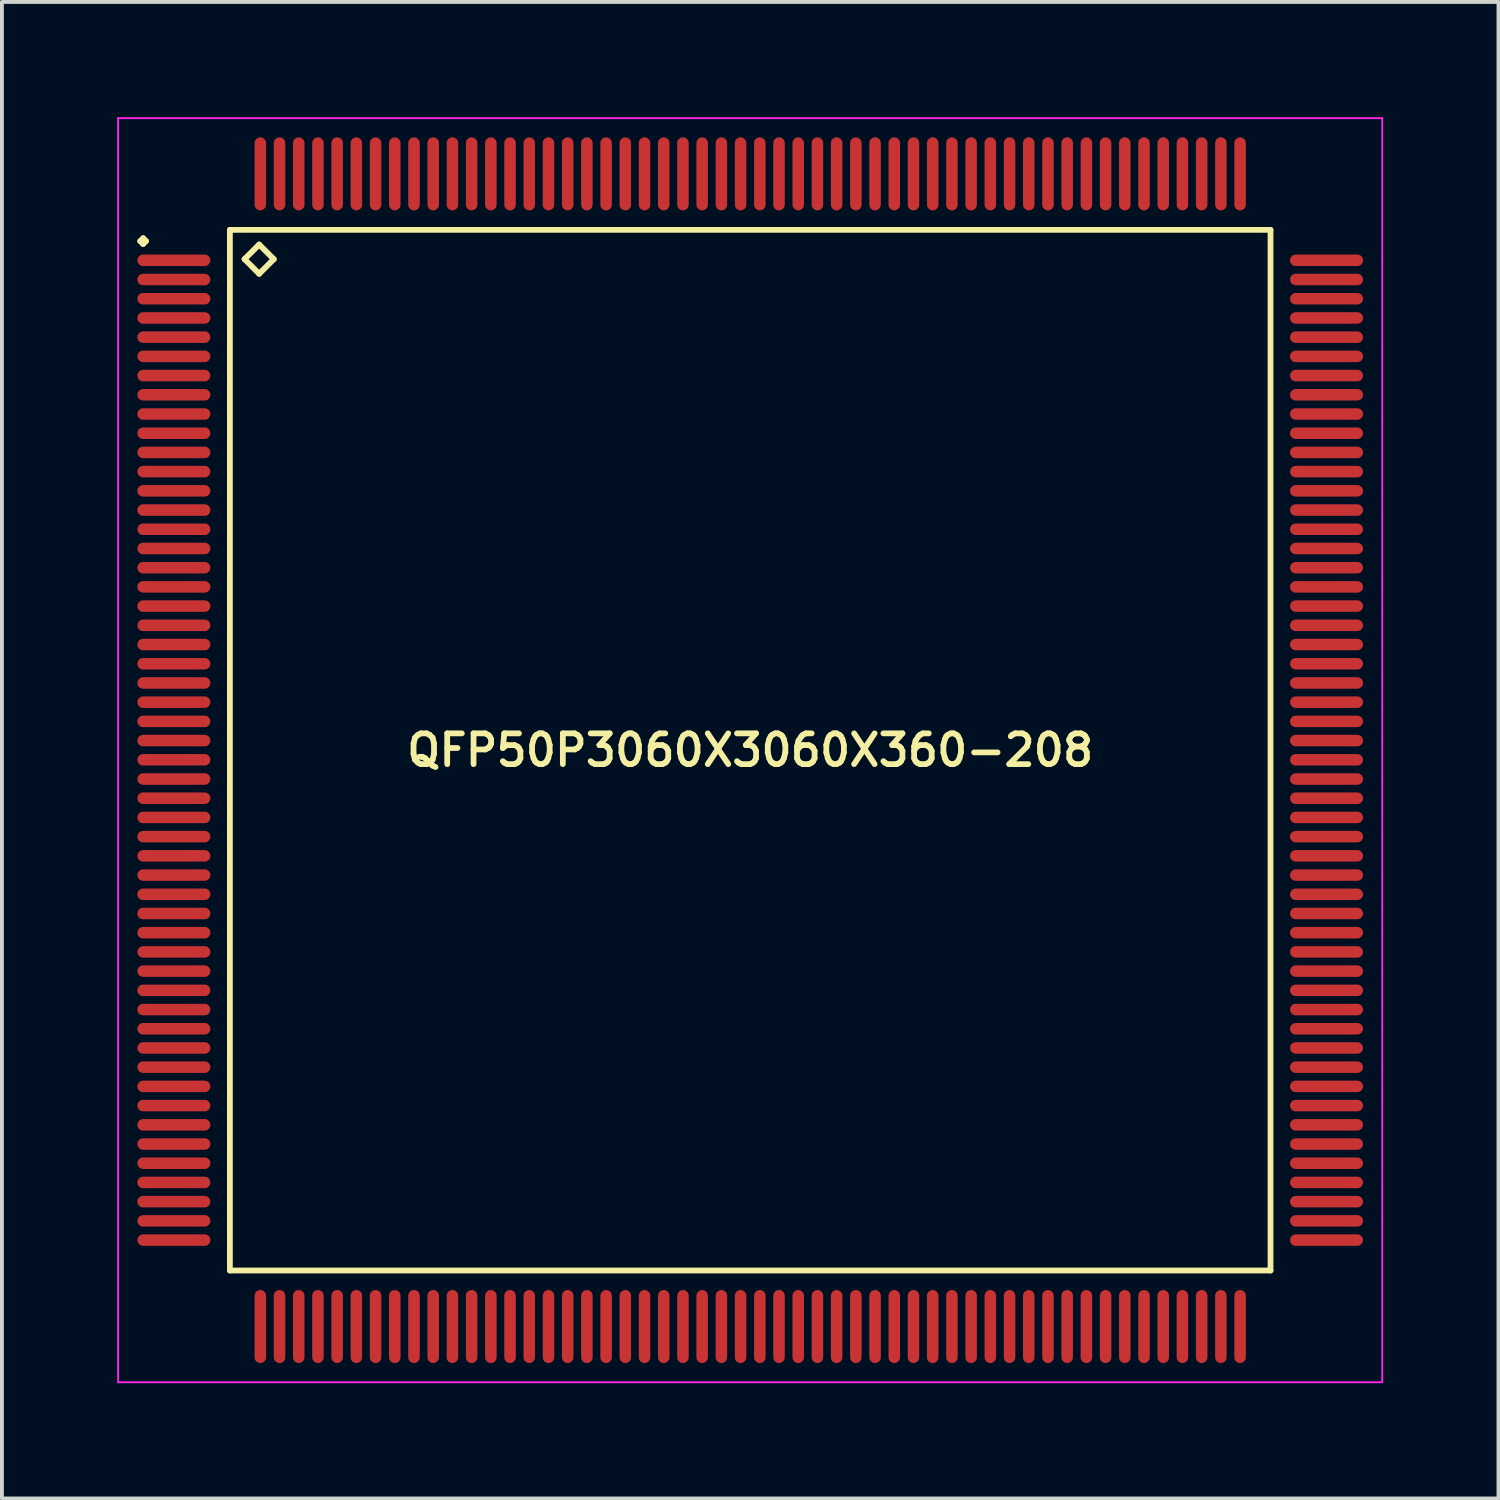
<source format=kicad_pcb>
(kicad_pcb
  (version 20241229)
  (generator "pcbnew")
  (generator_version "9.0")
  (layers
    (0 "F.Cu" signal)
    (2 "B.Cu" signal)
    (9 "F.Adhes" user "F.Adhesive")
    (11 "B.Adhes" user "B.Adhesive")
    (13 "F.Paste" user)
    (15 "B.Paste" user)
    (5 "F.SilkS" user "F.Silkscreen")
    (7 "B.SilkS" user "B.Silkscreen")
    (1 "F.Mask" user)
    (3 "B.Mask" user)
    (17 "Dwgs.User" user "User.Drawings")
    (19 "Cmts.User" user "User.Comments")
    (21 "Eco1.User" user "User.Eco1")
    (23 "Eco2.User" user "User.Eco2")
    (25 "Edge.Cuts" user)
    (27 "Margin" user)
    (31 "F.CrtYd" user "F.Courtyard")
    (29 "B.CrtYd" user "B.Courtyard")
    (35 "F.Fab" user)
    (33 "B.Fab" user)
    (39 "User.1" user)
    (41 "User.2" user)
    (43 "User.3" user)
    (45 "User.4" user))
  (footprint "QFP50P3060X3060X360-208"
    (layer "F.Cu")
    (at 16.475 16.475)
    (property "Reference" "QFP50P3060X3060X360-208" (at 0 0 0) (layer "F.SilkS") (effects (font (size 0.8 0.8) (thickness 0.15))))
    (attr smd)
    (fp_line (start -15.875 -13.25) (end -15.8 -13.325) (stroke (width 0.15) (type solid)) (layer "F.SilkS"))
    (fp_line (start -15.8 -13.325) (end -15.725 -13.25) (stroke (width 0.15) (type solid)) (layer "F.SilkS"))
    (fp_line (start -15.8 -13.175) (end -15.875 -13.25) (stroke (width 0.15) (type solid)) (layer "F.SilkS"))
    (fp_line (start -15.725 -13.25) (end -15.8 -13.175) (stroke (width 0.15) (type solid)) (layer "F.SilkS"))
    (fp_line (start -13.542 -13.542) (end -13.542 13.542) (stroke (width 0.15) (type solid)) (layer "F.SilkS"))
    (fp_line (start -13.542 13.542) (end 13.542 13.542) (stroke (width 0.15) (type solid)) (layer "F.SilkS"))
    (fp_line (start -13.161 -12.78) (end -12.78 -13.161) (stroke (width 0.15) (type solid)) (layer "F.SilkS"))
    (fp_line (start -12.78 -13.161) (end -12.399 -12.78) (stroke (width 0.15) (type solid)) (layer "F.SilkS"))
    (fp_line (start -12.78 -12.399) (end -13.161 -12.78) (stroke (width 0.15) (type solid)) (layer "F.SilkS"))
    (fp_line (start -12.399 -12.78) (end -12.78 -12.399) (stroke (width 0.15) (type solid)) (layer "F.SilkS"))
    (fp_line (start 13.542 -13.542) (end -13.542 -13.542) (stroke (width 0.15) (type solid)) (layer "F.SilkS"))
    (fp_line (start 13.542 13.542) (end 13.542 -13.542) (stroke (width 0.15) (type solid)) (layer "F.SilkS"))
    (fp_line (start -16.45 -16.45) (end 16.45 -16.45) (stroke (width 0.05) (type solid)) (layer "F.CrtYd"))
    (fp_line (start -16.45 16.45) (end -16.45 -16.45) (stroke (width 0.05) (type solid)) (layer "F.CrtYd"))
    (fp_line (start 16.45 -16.45) (end 16.45 16.45) (stroke (width 0.05) (type solid)) (layer "F.CrtYd"))
    (fp_line (start 16.45 16.45) (end -16.45 16.45) (stroke (width 0.05) (type solid)) (layer "F.CrtYd"))
    (pad "1" smd oval (at -15 -12.75) (size 1.9 0.3) (layers "F.Cu" "F.Mask" "F.Paste"))
    (pad "2" smd oval (at -15 -12.25) (size 1.9 0.3) (layers "F.Cu" "F.Mask" "F.Paste"))
    (pad "3" smd oval (at -15 -11.75) (size 1.9 0.3) (layers "F.Cu" "F.Mask" "F.Paste"))
    (pad "4" smd oval (at -15 -11.25) (size 1.9 0.3) (layers "F.Cu" "F.Mask" "F.Paste"))
    (pad "5" smd oval (at -15 -10.75) (size 1.9 0.3) (layers "F.Cu" "F.Mask" "F.Paste"))
    (pad "6" smd oval (at -15 -10.25) (size 1.9 0.3) (layers "F.Cu" "F.Mask" "F.Paste"))
    (pad "7" smd oval (at -15 -9.75) (size 1.9 0.3) (layers "F.Cu" "F.Mask" "F.Paste"))
    (pad "8" smd oval (at -15 -9.25) (size 1.9 0.3) (layers "F.Cu" "F.Mask" "F.Paste"))
    (pad "9" smd oval (at -15 -8.75) (size 1.9 0.3) (layers "F.Cu" "F.Mask" "F.Paste"))
    (pad "10" smd oval (at -15 -8.25) (size 1.9 0.3) (layers "F.Cu" "F.Mask" "F.Paste"))
    (pad "11" smd oval (at -15 -7.75) (size 1.9 0.3) (layers "F.Cu" "F.Mask" "F.Paste"))
    (pad "12" smd oval (at -15 -7.25) (size 1.9 0.3) (layers "F.Cu" "F.Mask" "F.Paste"))
    (pad "13" smd oval (at -15 -6.75) (size 1.9 0.3) (layers "F.Cu" "F.Mask" "F.Paste"))
    (pad "14" smd oval (at -15 -6.25) (size 1.9 0.3) (layers "F.Cu" "F.Mask" "F.Paste"))
    (pad "15" smd oval (at -15 -5.75) (size 1.9 0.3) (layers "F.Cu" "F.Mask" "F.Paste"))
    (pad "16" smd oval (at -15 -5.25) (size 1.9 0.3) (layers "F.Cu" "F.Mask" "F.Paste"))
    (pad "17" smd oval (at -15 -4.75) (size 1.9 0.3) (layers "F.Cu" "F.Mask" "F.Paste"))
    (pad "18" smd oval (at -15 -4.25) (size 1.9 0.3) (layers "F.Cu" "F.Mask" "F.Paste"))
    (pad "19" smd oval (at -15 -3.75) (size 1.9 0.3) (layers "F.Cu" "F.Mask" "F.Paste"))
    (pad "20" smd oval (at -15 -3.25) (size 1.9 0.3) (layers "F.Cu" "F.Mask" "F.Paste"))
    (pad "21" smd oval (at -15 -2.75) (size 1.9 0.3) (layers "F.Cu" "F.Mask" "F.Paste"))
    (pad "22" smd oval (at -15 -2.25) (size 1.9 0.3) (layers "F.Cu" "F.Mask" "F.Paste"))
    (pad "23" smd oval (at -15 -1.75) (size 1.9 0.3) (layers "F.Cu" "F.Mask" "F.Paste"))
    (pad "24" smd oval (at -15 -1.25) (size 1.9 0.3) (layers "F.Cu" "F.Mask" "F.Paste"))
    (pad "25" smd oval (at -15 -0.75) (size 1.9 0.3) (layers "F.Cu" "F.Mask" "F.Paste"))
    (pad "26" smd oval (at -15 -0.25) (size 1.9 0.3) (layers "F.Cu" "F.Mask" "F.Paste"))
    (pad "27" smd oval (at -15 0.25) (size 1.9 0.3) (layers "F.Cu" "F.Mask" "F.Paste"))
    (pad "28" smd oval (at -15 0.75) (size 1.9 0.3) (layers "F.Cu" "F.Mask" "F.Paste"))
    (pad "29" smd oval (at -15 1.25) (size 1.9 0.3) (layers "F.Cu" "F.Mask" "F.Paste"))
    (pad "30" smd oval (at -15 1.75) (size 1.9 0.3) (layers "F.Cu" "F.Mask" "F.Paste"))
    (pad "31" smd oval (at -15 2.25) (size 1.9 0.3) (layers "F.Cu" "F.Mask" "F.Paste"))
    (pad "32" smd oval (at -15 2.75) (size 1.9 0.3) (layers "F.Cu" "F.Mask" "F.Paste"))
    (pad "33" smd oval (at -15 3.25) (size 1.9 0.3) (layers "F.Cu" "F.Mask" "F.Paste"))
    (pad "34" smd oval (at -15 3.75) (size 1.9 0.3) (layers "F.Cu" "F.Mask" "F.Paste"))
    (pad "35" smd oval (at -15 4.25) (size 1.9 0.3) (layers "F.Cu" "F.Mask" "F.Paste"))
    (pad "36" smd oval (at -15 4.75) (size 1.9 0.3) (layers "F.Cu" "F.Mask" "F.Paste"))
    (pad "37" smd oval (at -15 5.25) (size 1.9 0.3) (layers "F.Cu" "F.Mask" "F.Paste"))
    (pad "38" smd oval (at -15 5.75) (size 1.9 0.3) (layers "F.Cu" "F.Mask" "F.Paste"))
    (pad "39" smd oval (at -15 6.25) (size 1.9 0.3) (layers "F.Cu" "F.Mask" "F.Paste"))
    (pad "40" smd oval (at -15 6.75) (size 1.9 0.3) (layers "F.Cu" "F.Mask" "F.Paste"))
    (pad "41" smd oval (at -15 7.25) (size 1.9 0.3) (layers "F.Cu" "F.Mask" "F.Paste"))
    (pad "42" smd oval (at -15 7.75) (size 1.9 0.3) (layers "F.Cu" "F.Mask" "F.Paste"))
    (pad "43" smd oval (at -15 8.25) (size 1.9 0.3) (layers "F.Cu" "F.Mask" "F.Paste"))
    (pad "44" smd oval (at -15 8.75) (size 1.9 0.3) (layers "F.Cu" "F.Mask" "F.Paste"))
    (pad "45" smd oval (at -15 9.25) (size 1.9 0.3) (layers "F.Cu" "F.Mask" "F.Paste"))
    (pad "46" smd oval (at -15 9.75) (size 1.9 0.3) (layers "F.Cu" "F.Mask" "F.Paste"))
    (pad "47" smd oval (at -15 10.25) (size 1.9 0.3) (layers "F.Cu" "F.Mask" "F.Paste"))
    (pad "48" smd oval (at -15 10.75) (size 1.9 0.3) (layers "F.Cu" "F.Mask" "F.Paste"))
    (pad "49" smd oval (at -15 11.25) (size 1.9 0.3) (layers "F.Cu" "F.Mask" "F.Paste"))
    (pad "50" smd oval (at -15 11.75) (size 1.9 0.3) (layers "F.Cu" "F.Mask" "F.Paste"))
    (pad "51" smd oval (at -15 12.25) (size 1.9 0.3) (layers "F.Cu" "F.Mask" "F.Paste"))
    (pad "52" smd oval (at -15 12.75) (size 1.9 0.3) (layers "F.Cu" "F.Mask" "F.Paste"))
    (pad "53" smd oval (at -12.75 15) (size 0.3 1.9) (layers "F.Cu" "F.Mask" "F.Paste"))
    (pad "54" smd oval (at -12.25 15) (size 0.3 1.9) (layers "F.Cu" "F.Mask" "F.Paste"))
    (pad "55" smd oval (at -11.75 15) (size 0.3 1.9) (layers "F.Cu" "F.Mask" "F.Paste"))
    (pad "56" smd oval (at -11.25 15) (size 0.3 1.9) (layers "F.Cu" "F.Mask" "F.Paste"))
    (pad "57" smd oval (at -10.75 15) (size 0.3 1.9) (layers "F.Cu" "F.Mask" "F.Paste"))
    (pad "58" smd oval (at -10.25 15) (size 0.3 1.9) (layers "F.Cu" "F.Mask" "F.Paste"))
    (pad "59" smd oval (at -9.75 15) (size 0.3 1.9) (layers "F.Cu" "F.Mask" "F.Paste"))
    (pad "60" smd oval (at -9.25 15) (size 0.3 1.9) (layers "F.Cu" "F.Mask" "F.Paste"))
    (pad "61" smd oval (at -8.75 15) (size 0.3 1.9) (layers "F.Cu" "F.Mask" "F.Paste"))
    (pad "62" smd oval (at -8.25 15) (size 0.3 1.9) (layers "F.Cu" "F.Mask" "F.Paste"))
    (pad "63" smd oval (at -7.75 15) (size 0.3 1.9) (layers "F.Cu" "F.Mask" "F.Paste"))
    (pad "64" smd oval (at -7.25 15) (size 0.3 1.9) (layers "F.Cu" "F.Mask" "F.Paste"))
    (pad "65" smd oval (at -6.75 15) (size 0.3 1.9) (layers "F.Cu" "F.Mask" "F.Paste"))
    (pad "66" smd oval (at -6.25 15) (size 0.3 1.9) (layers "F.Cu" "F.Mask" "F.Paste"))
    (pad "67" smd oval (at -5.75 15) (size 0.3 1.9) (layers "F.Cu" "F.Mask" "F.Paste"))
    (pad "68" smd oval (at -5.25 15) (size 0.3 1.9) (layers "F.Cu" "F.Mask" "F.Paste"))
    (pad "69" smd oval (at -4.75 15) (size 0.3 1.9) (layers "F.Cu" "F.Mask" "F.Paste"))
    (pad "70" smd oval (at -4.25 15) (size 0.3 1.9) (layers "F.Cu" "F.Mask" "F.Paste"))
    (pad "71" smd oval (at -3.75 15) (size 0.3 1.9) (layers "F.Cu" "F.Mask" "F.Paste"))
    (pad "72" smd oval (at -3.25 15) (size 0.3 1.9) (layers "F.Cu" "F.Mask" "F.Paste"))
    (pad "73" smd oval (at -2.75 15) (size 0.3 1.9) (layers "F.Cu" "F.Mask" "F.Paste"))
    (pad "74" smd oval (at -2.25 15) (size 0.3 1.9) (layers "F.Cu" "F.Mask" "F.Paste"))
    (pad "75" smd oval (at -1.75 15) (size 0.3 1.9) (layers "F.Cu" "F.Mask" "F.Paste"))
    (pad "76" smd oval (at -1.25 15) (size 0.3 1.9) (layers "F.Cu" "F.Mask" "F.Paste"))
    (pad "77" smd oval (at -0.75 15) (size 0.3 1.9) (layers "F.Cu" "F.Mask" "F.Paste"))
    (pad "78" smd oval (at -0.25 15) (size 0.3 1.9) (layers "F.Cu" "F.Mask" "F.Paste"))
    (pad "79" smd oval (at 0.25 15) (size 0.3 1.9) (layers "F.Cu" "F.Mask" "F.Paste"))
    (pad "80" smd oval (at 0.75 15) (size 0.3 1.9) (layers "F.Cu" "F.Mask" "F.Paste"))
    (pad "81" smd oval (at 1.25 15) (size 0.3 1.9) (layers "F.Cu" "F.Mask" "F.Paste"))
    (pad "82" smd oval (at 1.75 15) (size 0.3 1.9) (layers "F.Cu" "F.Mask" "F.Paste"))
    (pad "83" smd oval (at 2.25 15) (size 0.3 1.9) (layers "F.Cu" "F.Mask" "F.Paste"))
    (pad "84" smd oval (at 2.75 15) (size 0.3 1.9) (layers "F.Cu" "F.Mask" "F.Paste"))
    (pad "85" smd oval (at 3.25 15) (size 0.3 1.9) (layers "F.Cu" "F.Mask" "F.Paste"))
    (pad "86" smd oval (at 3.75 15) (size 0.3 1.9) (layers "F.Cu" "F.Mask" "F.Paste"))
    (pad "87" smd oval (at 4.25 15) (size 0.3 1.9) (layers "F.Cu" "F.Mask" "F.Paste"))
    (pad "88" smd oval (at 4.75 15) (size 0.3 1.9) (layers "F.Cu" "F.Mask" "F.Paste"))
    (pad "89" smd oval (at 5.25 15) (size 0.3 1.9) (layers "F.Cu" "F.Mask" "F.Paste"))
    (pad "90" smd oval (at 5.75 15) (size 0.3 1.9) (layers "F.Cu" "F.Mask" "F.Paste"))
    (pad "91" smd oval (at 6.25 15) (size 0.3 1.9) (layers "F.Cu" "F.Mask" "F.Paste"))
    (pad "92" smd oval (at 6.75 15) (size 0.3 1.9) (layers "F.Cu" "F.Mask" "F.Paste"))
    (pad "93" smd oval (at 7.25 15) (size 0.3 1.9) (layers "F.Cu" "F.Mask" "F.Paste"))
    (pad "94" smd oval (at 7.75 15) (size 0.3 1.9) (layers "F.Cu" "F.Mask" "F.Paste"))
    (pad "95" smd oval (at 8.25 15) (size 0.3 1.9) (layers "F.Cu" "F.Mask" "F.Paste"))
    (pad "96" smd oval (at 8.75 15) (size 0.3 1.9) (layers "F.Cu" "F.Mask" "F.Paste"))
    (pad "97" smd oval (at 9.25 15) (size 0.3 1.9) (layers "F.Cu" "F.Mask" "F.Paste"))
    (pad "98" smd oval (at 9.75 15) (size 0.3 1.9) (layers "F.Cu" "F.Mask" "F.Paste"))
    (pad "99" smd oval (at 10.25 15) (size 0.3 1.9) (layers "F.Cu" "F.Mask" "F.Paste"))
    (pad "100" smd oval (at 10.75 15) (size 0.3 1.9) (layers "F.Cu" "F.Mask" "F.Paste"))
    (pad "101" smd oval (at 11.25 15) (size 0.3 1.9) (layers "F.Cu" "F.Mask" "F.Paste"))
    (pad "102" smd oval (at 11.75 15) (size 0.3 1.9) (layers "F.Cu" "F.Mask" "F.Paste"))
    (pad "103" smd oval (at 12.25 15) (size 0.3 1.9) (layers "F.Cu" "F.Mask" "F.Paste"))
    (pad "104" smd oval (at 12.75 15) (size 0.3 1.9) (layers "F.Cu" "F.Mask" "F.Paste"))
    (pad "105" smd oval (at 15 12.75) (size 1.9 0.3) (layers "F.Cu" "F.Mask" "F.Paste"))
    (pad "106" smd oval (at 15 12.25) (size 1.9 0.3) (layers "F.Cu" "F.Mask" "F.Paste"))
    (pad "107" smd oval (at 15 11.75) (size 1.9 0.3) (layers "F.Cu" "F.Mask" "F.Paste"))
    (pad "108" smd oval (at 15 11.25) (size 1.9 0.3) (layers "F.Cu" "F.Mask" "F.Paste"))
    (pad "109" smd oval (at 15 10.75) (size 1.9 0.3) (layers "F.Cu" "F.Mask" "F.Paste"))
    (pad "110" smd oval (at 15 10.25) (size 1.9 0.3) (layers "F.Cu" "F.Mask" "F.Paste"))
    (pad "111" smd oval (at 15 9.75) (size 1.9 0.3) (layers "F.Cu" "F.Mask" "F.Paste"))
    (pad "112" smd oval (at 15 9.25) (size 1.9 0.3) (layers "F.Cu" "F.Mask" "F.Paste"))
    (pad "113" smd oval (at 15 8.75) (size 1.9 0.3) (layers "F.Cu" "F.Mask" "F.Paste"))
    (pad "114" smd oval (at 15 8.25) (size 1.9 0.3) (layers "F.Cu" "F.Mask" "F.Paste"))
    (pad "115" smd oval (at 15 7.75) (size 1.9 0.3) (layers "F.Cu" "F.Mask" "F.Paste"))
    (pad "116" smd oval (at 15 7.25) (size 1.9 0.3) (layers "F.Cu" "F.Mask" "F.Paste"))
    (pad "117" smd oval (at 15 6.75) (size 1.9 0.3) (layers "F.Cu" "F.Mask" "F.Paste"))
    (pad "118" smd oval (at 15 6.25) (size 1.9 0.3) (layers "F.Cu" "F.Mask" "F.Paste"))
    (pad "119" smd oval (at 15 5.75) (size 1.9 0.3) (layers "F.Cu" "F.Mask" "F.Paste"))
    (pad "120" smd oval (at 15 5.25) (size 1.9 0.3) (layers "F.Cu" "F.Mask" "F.Paste"))
    (pad "121" smd oval (at 15 4.75) (size 1.9 0.3) (layers "F.Cu" "F.Mask" "F.Paste"))
    (pad "122" smd oval (at 15 4.25) (size 1.9 0.3) (layers "F.Cu" "F.Mask" "F.Paste"))
    (pad "123" smd oval (at 15 3.75) (size 1.9 0.3) (layers "F.Cu" "F.Mask" "F.Paste"))
    (pad "124" smd oval (at 15 3.25) (size 1.9 0.3) (layers "F.Cu" "F.Mask" "F.Paste"))
    (pad "125" smd oval (at 15 2.75) (size 1.9 0.3) (layers "F.Cu" "F.Mask" "F.Paste"))
    (pad "126" smd oval (at 15 2.25) (size 1.9 0.3) (layers "F.Cu" "F.Mask" "F.Paste"))
    (pad "127" smd oval (at 15 1.75) (size 1.9 0.3) (layers "F.Cu" "F.Mask" "F.Paste"))
    (pad "128" smd oval (at 15 1.25) (size 1.9 0.3) (layers "F.Cu" "F.Mask" "F.Paste"))
    (pad "129" smd oval (at 15 0.75) (size 1.9 0.3) (layers "F.Cu" "F.Mask" "F.Paste"))
    (pad "130" smd oval (at 15 0.25) (size 1.9 0.3) (layers "F.Cu" "F.Mask" "F.Paste"))
    (pad "131" smd oval (at 15 -0.25) (size 1.9 0.3) (layers "F.Cu" "F.Mask" "F.Paste"))
    (pad "132" smd oval (at 15 -0.75) (size 1.9 0.3) (layers "F.Cu" "F.Mask" "F.Paste"))
    (pad "133" smd oval (at 15 -1.25) (size 1.9 0.3) (layers "F.Cu" "F.Mask" "F.Paste"))
    (pad "134" smd oval (at 15 -1.75) (size 1.9 0.3) (layers "F.Cu" "F.Mask" "F.Paste"))
    (pad "135" smd oval (at 15 -2.25) (size 1.9 0.3) (layers "F.Cu" "F.Mask" "F.Paste"))
    (pad "136" smd oval (at 15 -2.75) (size 1.9 0.3) (layers "F.Cu" "F.Mask" "F.Paste"))
    (pad "137" smd oval (at 15 -3.25) (size 1.9 0.3) (layers "F.Cu" "F.Mask" "F.Paste"))
    (pad "138" smd oval (at 15 -3.75) (size 1.9 0.3) (layers "F.Cu" "F.Mask" "F.Paste"))
    (pad "139" smd oval (at 15 -4.25) (size 1.9 0.3) (layers "F.Cu" "F.Mask" "F.Paste"))
    (pad "140" smd oval (at 15 -4.75) (size 1.9 0.3) (layers "F.Cu" "F.Mask" "F.Paste"))
    (pad "141" smd oval (at 15 -5.25) (size 1.9 0.3) (layers "F.Cu" "F.Mask" "F.Paste"))
    (pad "142" smd oval (at 15 -5.75) (size 1.9 0.3) (layers "F.Cu" "F.Mask" "F.Paste"))
    (pad "143" smd oval (at 15 -6.25) (size 1.9 0.3) (layers "F.Cu" "F.Mask" "F.Paste"))
    (pad "144" smd oval (at 15 -6.75) (size 1.9 0.3) (layers "F.Cu" "F.Mask" "F.Paste"))
    (pad "145" smd oval (at 15 -7.25) (size 1.9 0.3) (layers "F.Cu" "F.Mask" "F.Paste"))
    (pad "146" smd oval (at 15 -7.75) (size 1.9 0.3) (layers "F.Cu" "F.Mask" "F.Paste"))
    (pad "147" smd oval (at 15 -8.25) (size 1.9 0.3) (layers "F.Cu" "F.Mask" "F.Paste"))
    (pad "148" smd oval (at 15 -8.75) (size 1.9 0.3) (layers "F.Cu" "F.Mask" "F.Paste"))
    (pad "149" smd oval (at 15 -9.25) (size 1.9 0.3) (layers "F.Cu" "F.Mask" "F.Paste"))
    (pad "150" smd oval (at 15 -9.75) (size 1.9 0.3) (layers "F.Cu" "F.Mask" "F.Paste"))
    (pad "151" smd oval (at 15 -10.25) (size 1.9 0.3) (layers "F.Cu" "F.Mask" "F.Paste"))
    (pad "152" smd oval (at 15 -10.75) (size 1.9 0.3) (layers "F.Cu" "F.Mask" "F.Paste"))
    (pad "153" smd oval (at 15 -11.25) (size 1.9 0.3) (layers "F.Cu" "F.Mask" "F.Paste"))
    (pad "154" smd oval (at 15 -11.75) (size 1.9 0.3) (layers "F.Cu" "F.Mask" "F.Paste"))
    (pad "155" smd oval (at 15 -12.25) (size 1.9 0.3) (layers "F.Cu" "F.Mask" "F.Paste"))
    (pad "156" smd oval (at 15 -12.75) (size 1.9 0.3) (layers "F.Cu" "F.Mask" "F.Paste"))
    (pad "157" smd oval (at 12.75 -15) (size 0.3 1.9) (layers "F.Cu" "F.Mask" "F.Paste"))
    (pad "158" smd oval (at 12.25 -15) (size 0.3 1.9) (layers "F.Cu" "F.Mask" "F.Paste"))
    (pad "159" smd oval (at 11.75 -15) (size 0.3 1.9) (layers "F.Cu" "F.Mask" "F.Paste"))
    (pad "160" smd oval (at 11.25 -15) (size 0.3 1.9) (layers "F.Cu" "F.Mask" "F.Paste"))
    (pad "161" smd oval (at 10.75 -15) (size 0.3 1.9) (layers "F.Cu" "F.Mask" "F.Paste"))
    (pad "162" smd oval (at 10.25 -15) (size 0.3 1.9) (layers "F.Cu" "F.Mask" "F.Paste"))
    (pad "163" smd oval (at 9.75 -15) (size 0.3 1.9) (layers "F.Cu" "F.Mask" "F.Paste"))
    (pad "164" smd oval (at 9.25 -15) (size 0.3 1.9) (layers "F.Cu" "F.Mask" "F.Paste"))
    (pad "165" smd oval (at 8.75 -15) (size 0.3 1.9) (layers "F.Cu" "F.Mask" "F.Paste"))
    (pad "166" smd oval (at 8.25 -15) (size 0.3 1.9) (layers "F.Cu" "F.Mask" "F.Paste"))
    (pad "167" smd oval (at 7.75 -15) (size 0.3 1.9) (layers "F.Cu" "F.Mask" "F.Paste"))
    (pad "168" smd oval (at 7.25 -15) (size 0.3 1.9) (layers "F.Cu" "F.Mask" "F.Paste"))
    (pad "169" smd oval (at 6.75 -15) (size 0.3 1.9) (layers "F.Cu" "F.Mask" "F.Paste"))
    (pad "170" smd oval (at 6.25 -15) (size 0.3 1.9) (layers "F.Cu" "F.Mask" "F.Paste"))
    (pad "171" smd oval (at 5.75 -15) (size 0.3 1.9) (layers "F.Cu" "F.Mask" "F.Paste"))
    (pad "172" smd oval (at 5.25 -15) (size 0.3 1.9) (layers "F.Cu" "F.Mask" "F.Paste"))
    (pad "173" smd oval (at 4.75 -15) (size 0.3 1.9) (layers "F.Cu" "F.Mask" "F.Paste"))
    (pad "174" smd oval (at 4.25 -15) (size 0.3 1.9) (layers "F.Cu" "F.Mask" "F.Paste"))
    (pad "175" smd oval (at 3.75 -15) (size 0.3 1.9) (layers "F.Cu" "F.Mask" "F.Paste"))
    (pad "176" smd oval (at 3.25 -15) (size 0.3 1.9) (layers "F.Cu" "F.Mask" "F.Paste"))
    (pad "177" smd oval (at 2.75 -15) (size 0.3 1.9) (layers "F.Cu" "F.Mask" "F.Paste"))
    (pad "178" smd oval (at 2.25 -15) (size 0.3 1.9) (layers "F.Cu" "F.Mask" "F.Paste"))
    (pad "179" smd oval (at 1.75 -15) (size 0.3 1.9) (layers "F.Cu" "F.Mask" "F.Paste"))
    (pad "180" smd oval (at 1.25 -15) (size 0.3 1.9) (layers "F.Cu" "F.Mask" "F.Paste"))
    (pad "181" smd oval (at 0.75 -15) (size 0.3 1.9) (layers "F.Cu" "F.Mask" "F.Paste"))
    (pad "182" smd oval (at 0.25 -15) (size 0.3 1.9) (layers "F.Cu" "F.Mask" "F.Paste"))
    (pad "183" smd oval (at -0.25 -15) (size 0.3 1.9) (layers "F.Cu" "F.Mask" "F.Paste"))
    (pad "184" smd oval (at -0.75 -15) (size 0.3 1.9) (layers "F.Cu" "F.Mask" "F.Paste"))
    (pad "185" smd oval (at -1.25 -15) (size 0.3 1.9) (layers "F.Cu" "F.Mask" "F.Paste"))
    (pad "186" smd oval (at -1.75 -15) (size 0.3 1.9) (layers "F.Cu" "F.Mask" "F.Paste"))
    (pad "187" smd oval (at -2.25 -15) (size 0.3 1.9) (layers "F.Cu" "F.Mask" "F.Paste"))
    (pad "188" smd oval (at -2.75 -15) (size 0.3 1.9) (layers "F.Cu" "F.Mask" "F.Paste"))
    (pad "189" smd oval (at -3.25 -15) (size 0.3 1.9) (layers "F.Cu" "F.Mask" "F.Paste"))
    (pad "190" smd oval (at -3.75 -15) (size 0.3 1.9) (layers "F.Cu" "F.Mask" "F.Paste"))
    (pad "191" smd oval (at -4.25 -15) (size 0.3 1.9) (layers "F.Cu" "F.Mask" "F.Paste"))
    (pad "192" smd oval (at -4.75 -15) (size 0.3 1.9) (layers "F.Cu" "F.Mask" "F.Paste"))
    (pad "193" smd oval (at -5.25 -15) (size 0.3 1.9) (layers "F.Cu" "F.Mask" "F.Paste"))
    (pad "194" smd oval (at -5.75 -15) (size 0.3 1.9) (layers "F.Cu" "F.Mask" "F.Paste"))
    (pad "195" smd oval (at -6.25 -15) (size 0.3 1.9) (layers "F.Cu" "F.Mask" "F.Paste"))
    (pad "196" smd oval (at -6.75 -15) (size 0.3 1.9) (layers "F.Cu" "F.Mask" "F.Paste"))
    (pad "197" smd oval (at -7.25 -15) (size 0.3 1.9) (layers "F.Cu" "F.Mask" "F.Paste"))
    (pad "198" smd oval (at -7.75 -15) (size 0.3 1.9) (layers "F.Cu" "F.Mask" "F.Paste"))
    (pad "199" smd oval (at -8.25 -15) (size 0.3 1.9) (layers "F.Cu" "F.Mask" "F.Paste"))
    (pad "200" smd oval (at -8.75 -15) (size 0.3 1.9) (layers "F.Cu" "F.Mask" "F.Paste"))
    (pad "201" smd oval (at -9.25 -15) (size 0.3 1.9) (layers "F.Cu" "F.Mask" "F.Paste"))
    (pad "202" smd oval (at -9.75 -15) (size 0.3 1.9) (layers "F.Cu" "F.Mask" "F.Paste"))
    (pad "203" smd oval (at -10.25 -15) (size 0.3 1.9) (layers "F.Cu" "F.Mask" "F.Paste"))
    (pad "204" smd oval (at -10.75 -15) (size 0.3 1.9) (layers "F.Cu" "F.Mask" "F.Paste"))
    (pad "205" smd oval (at -11.25 -15) (size 0.3 1.9) (layers "F.Cu" "F.Mask" "F.Paste"))
    (pad "206" smd oval (at -11.75 -15) (size 0.3 1.9) (layers "F.Cu" "F.Mask" "F.Paste"))
    (pad "207" smd oval (at -12.25 -15) (size 0.3 1.9) (layers "F.Cu" "F.Mask" "F.Paste"))
    (pad "208" smd oval (at -12.75 -15) (size 0.3 1.9) (layers "F.Cu" "F.Mask" "F.Paste")))
  (gr_rect
    (start -3 -3)
    (end 35.95 35.95)
    (stroke (width 0.1) (type default))
    (fill no)
    (layer "Edge.Cuts")))
</source>
